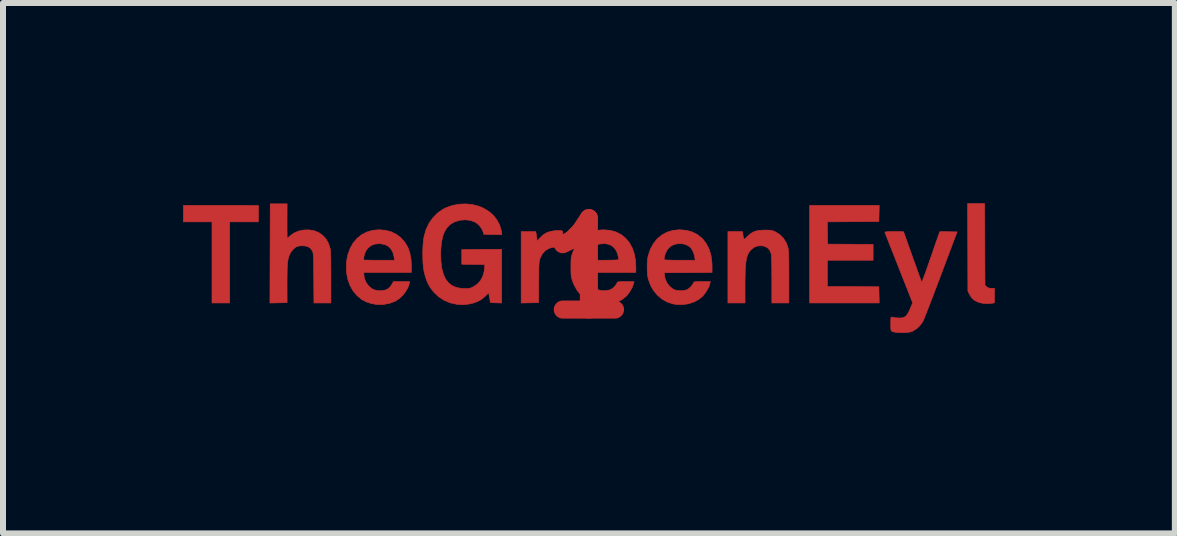
<source format=kicad_pcb>
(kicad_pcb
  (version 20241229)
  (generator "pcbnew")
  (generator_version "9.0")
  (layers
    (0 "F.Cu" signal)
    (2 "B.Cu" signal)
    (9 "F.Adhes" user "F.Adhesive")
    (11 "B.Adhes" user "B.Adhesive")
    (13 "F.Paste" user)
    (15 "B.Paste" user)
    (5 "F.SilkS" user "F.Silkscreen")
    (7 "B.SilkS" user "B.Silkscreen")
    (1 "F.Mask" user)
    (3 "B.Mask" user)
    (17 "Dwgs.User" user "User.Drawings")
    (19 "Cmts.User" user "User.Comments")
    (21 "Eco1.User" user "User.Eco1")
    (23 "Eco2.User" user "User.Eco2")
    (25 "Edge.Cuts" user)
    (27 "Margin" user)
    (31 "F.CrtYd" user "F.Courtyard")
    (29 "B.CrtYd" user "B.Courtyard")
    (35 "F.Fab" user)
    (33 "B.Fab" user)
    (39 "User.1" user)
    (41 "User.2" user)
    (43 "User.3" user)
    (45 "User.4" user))
  (footprint "1"
    (layer "F.Cu")
    (at 6.761 1.418)
    (property "Reference" "1" (at 0 0 0) (layer "F.Cu") (effects (font (size 1.524 1.524) (thickness 0.3))))
    (attr through_hole)
    (fp_poly (pts (xy 4.834 -0.912) (xy 4.831 -0.777) (xy 3.972 -0.772) (xy 3.978 -0.401) (xy 4.356 -0.399) (xy 4.735 -0.396) (xy 4.735 -0.132) (xy 3.973 -0.132) (xy 3.973 0.305) (xy 4.402 0.307) (xy 4.831 0.31) (xy 4.834 0.445) (xy 4.837 0.579) (xy 3.678 0.579) (xy 3.678 -1.046) (xy 4.837 -1.046) (xy 4.834 -0.912)) (stroke (width 0.01) (type solid)) (fill yes) (layer "F.Cu"))
    (fp_poly (pts (xy 6.596 -0.395) (xy 6.599 0.286) (xy 6.627 0.311) (xy 6.654 0.328) (xy 6.686 0.335) (xy 6.706 0.335) (xy 6.756 0.335) (xy 6.756 0.577) (xy 6.725 0.583) (xy 6.675 0.588) (xy 6.617 0.589) (xy 6.559 0.584) (xy 6.509 0.574) (xy 6.496 0.57) (xy 6.432 0.541) (xy 6.384 0.502) (xy 6.348 0.448) (xy 6.343 0.44) (xy 6.314 0.381) (xy 6.312 -0.348) (xy 6.309 -1.077) (xy 6.593 -1.077) (xy 6.596 -0.395)) (stroke (width 0.01) (type solid)) (fill yes) (layer "F.Cu"))
    (fp_poly (pts (xy -6.023 -1.046) (xy -5.918 -1.046) (xy -5.822 -1.046) (xy -5.735 -1.046) (xy -5.659 -1.045) (xy -5.597 -1.044) (xy -5.549 -1.044) (xy -5.518 -1.043) (xy -5.506 -1.042) (xy -5.506 -1.042) (xy -5.505 -1.031) (xy -5.504 -1.004) (xy -5.504 -0.964) (xy -5.505 -0.915) (xy -5.505 -0.905) (xy -5.508 -0.772) (xy -5.984 -0.772) (xy -5.984 0.579) (xy -6.279 0.579) (xy -6.279 -0.772) (xy -6.756 -0.772) (xy -6.756 -1.046) (xy -6.133 -1.046) (xy -6.023 -1.046)) (stroke (width 0.01) (type solid)) (fill yes) (layer "F.Cu"))
    (fp_poly (pts (xy -0.469 -0.625) (xy -0.437 -0.618) (xy -0.437 -0.35) (xy -0.516 -0.354) (xy -0.598 -0.349) (xy -0.67 -0.328) (xy -0.73 -0.29) (xy -0.777 -0.237) (xy -0.812 -0.168) (xy -0.818 -0.151) (xy -0.823 -0.134) (xy -0.826 -0.114) (xy -0.829 -0.09) (xy -0.831 -0.058) (xy -0.833 -0.016) (xy -0.834 0.038) (xy -0.835 0.106) (xy -0.836 0.192) (xy -0.836 0.232) (xy -0.838 0.574) (xy -0.983 0.577) (xy -1.128 0.58) (xy -1.128 -0.61) (xy -1.007 -0.61) (xy -0.886 -0.61) (xy -0.88 -0.582) (xy -0.876 -0.555) (xy -0.871 -0.519) (xy -0.868 -0.498) (xy -0.864 -0.466) (xy -0.86 -0.452) (xy -0.855 -0.453) (xy -0.846 -0.466) (xy -0.845 -0.467) (xy -0.809 -0.512) (xy -0.763 -0.554) (xy -0.713 -0.586) (xy -0.689 -0.597) (xy -0.642 -0.611) (xy -0.588 -0.622) (xy -0.534 -0.627) (xy -0.488 -0.628) (xy -0.469 -0.625)) (stroke (width 0.01) (type solid)) (fill yes) (layer "F.Cu"))
    (fp_poly (pts (xy 2.983 -0.634) (xy 3.02 -0.632) (xy 3.048 -0.628) (xy 3.074 -0.62) (xy 3.103 -0.607) (xy 3.104 -0.607) (xy 3.178 -0.561) (xy 3.239 -0.501) (xy 3.285 -0.429) (xy 3.316 -0.346) (xy 3.321 -0.32) (xy 3.324 -0.293) (xy 3.327 -0.248) (xy 3.329 -0.185) (xy 3.331 -0.106) (xy 3.332 -0.013) (xy 3.332 0.093) (xy 3.332 0.159) (xy 3.332 0.579) (xy 3.048 0.579) (xy 3.048 0.191) (xy 3.047 0.102) (xy 3.047 0.018) (xy 3.046 -0.058) (xy 3.044 -0.124) (xy 3.042 -0.177) (xy 3.041 -0.216) (xy 3.038 -0.237) (xy 3.038 -0.238) (xy 3.016 -0.294) (xy 2.98 -0.337) (xy 2.93 -0.364) (xy 2.881 -0.374) (xy 2.814 -0.371) (xy 2.756 -0.35) (xy 2.704 -0.31) (xy 2.693 -0.298) (xy 2.671 -0.27) (xy 2.653 -0.24) (xy 2.638 -0.204) (xy 2.626 -0.162) (xy 2.617 -0.111) (xy 2.61 -0.049) (xy 2.605 0.025) (xy 2.603 0.115) (xy 2.601 0.222) (xy 2.601 0.297) (xy 2.601 0.579) (xy 2.316 0.579) (xy 2.316 -0.61) (xy 2.559 -0.61) (xy 2.565 -0.566) (xy 2.572 -0.521) (xy 2.577 -0.494) (xy 2.585 -0.484) (xy 2.598 -0.489) (xy 2.619 -0.508) (xy 2.64 -0.529) (xy 2.689 -0.572) (xy 2.738 -0.602) (xy 2.791 -0.621) (xy 2.853 -0.631) (xy 2.93 -0.635) (xy 2.931 -0.635) (xy 2.983 -0.634)) (stroke (width 0.01) (type solid)) (fill yes) (layer "F.Cu"))
    (fp_poly (pts (xy -5.029 -0.785) (xy -5.029 -0.711) (xy -5.029 -0.644) (xy -5.028 -0.587) (xy -5.028 -0.542) (xy -5.027 -0.511) (xy -5.026 -0.498) (xy -5.026 -0.498) (xy -5.017 -0.504) (xy -4.998 -0.52) (xy -4.984 -0.534) (xy -4.916 -0.584) (xy -4.837 -0.618) (xy -4.748 -0.636) (xy -4.665 -0.638) (xy -4.577 -0.624) (xy -4.499 -0.592) (xy -4.431 -0.544) (xy -4.376 -0.481) (xy -4.335 -0.405) (xy -4.308 -0.317) (xy -4.308 -0.315) (xy -4.306 -0.293) (xy -4.303 -0.252) (xy -4.302 -0.196) (xy -4.3 -0.127) (xy -4.299 -0.047) (xy -4.298 0.042) (xy -4.298 0.137) (xy -4.298 0.159) (xy -4.298 0.579) (xy -4.581 0.579) (xy -4.584 0.165) (xy -4.585 0.062) (xy -4.586 -0.022) (xy -4.587 -0.091) (xy -4.588 -0.145) (xy -4.589 -0.187) (xy -4.591 -0.218) (xy -4.594 -0.242) (xy -4.597 -0.259) (xy -4.601 -0.272) (xy -4.605 -0.283) (xy -4.608 -0.29) (xy -4.639 -0.332) (xy -4.68 -0.359) (xy -4.733 -0.372) (xy -4.782 -0.374) (xy -4.825 -0.37) (xy -4.855 -0.364) (xy -4.881 -0.352) (xy -4.898 -0.34) (xy -4.928 -0.313) (xy -4.958 -0.277) (xy -4.97 -0.258) (xy -4.985 -0.228) (xy -4.998 -0.199) (xy -5.008 -0.166) (xy -5.015 -0.128) (xy -5.021 -0.082) (xy -5.025 -0.026) (xy -5.027 0.043) (xy -5.028 0.126) (xy -5.029 0.227) (xy -5.029 0.254) (xy -5.028 0.574) (xy -5.314 0.58) (xy -5.309 -1.072) (xy -5.028 -1.072) (xy -5.029 -0.785)) (stroke (width 0.01) (type solid)) (fill yes) (layer "F.Cu"))
    (fp_poly (pts (xy -3.388 -0.631) (xy -3.29 -0.605) (xy -3.203 -0.561) (xy -3.137 -0.51) (xy -3.07 -0.437) (xy -3.02 -0.355) (xy -2.985 -0.262) (xy -2.964 -0.157) (xy -2.957 -0.038) (xy -2.957 -0.035) (xy -2.957 0.071) (xy -3.749 0.071) (xy -3.749 0.11) (xy -3.74 0.173) (xy -3.713 0.235) (xy -3.674 0.291) (xy -3.624 0.336) (xy -3.592 0.354) (xy -3.548 0.369) (xy -3.495 0.376) (xy -3.476 0.376) (xy -3.41 0.37) (xy -3.358 0.351) (xy -3.316 0.317) (xy -3.287 0.277) (xy -3.256 0.224) (xy -3.121 0.224) (xy -2.985 0.224) (xy -2.992 0.257) (xy -3.015 0.324) (xy -3.054 0.391) (xy -3.104 0.455) (xy -3.162 0.508) (xy -3.223 0.548) (xy -3.224 0.549) (xy -3.323 0.586) (xy -3.427 0.605) (xy -3.533 0.605) (xy -3.625 0.589) (xy -3.709 0.561) (xy -3.781 0.523) (xy -3.847 0.47) (xy -3.868 0.451) (xy -3.931 0.374) (xy -3.98 0.286) (xy -4.015 0.189) (xy -4.036 0.086) (xy -4.042 -0.02) (xy -4.035 -0.126) (xy -4.029 -0.159) (xy -3.753 -0.159) (xy -3.752 -0.14) (xy -3.751 -0.137) (xy -3.74 -0.136) (xy -3.711 -0.135) (xy -3.668 -0.134) (xy -3.612 -0.133) (xy -3.548 -0.132) (xy -3.492 -0.132) (xy -3.238 -0.132) (xy -3.245 -0.184) (xy -3.264 -0.259) (xy -3.296 -0.319) (xy -3.342 -0.365) (xy -3.4 -0.394) (xy -3.47 -0.408) (xy -3.495 -0.409) (xy -3.568 -0.401) (xy -3.628 -0.378) (xy -3.677 -0.339) (xy -3.714 -0.29) (xy -3.727 -0.261) (xy -3.739 -0.226) (xy -3.749 -0.19) (xy -3.753 -0.159) (xy -4.029 -0.159) (xy -4.014 -0.229) (xy -3.979 -0.327) (xy -3.93 -0.415) (xy -3.867 -0.492) (xy -3.867 -0.492) (xy -3.789 -0.556) (xy -3.701 -0.602) (xy -3.605 -0.63) (xy -3.5 -0.64) (xy -3.495 -0.64) (xy -3.388 -0.631)) (stroke (width 0.01) (type solid)) (fill yes) (layer "F.Cu"))
    (fp_poly (pts (xy -1.932 -1.058) (xy -1.823 -1.029) (xy -1.755 -0.999) (xy -1.669 -0.947) (xy -1.594 -0.882) (xy -1.534 -0.806) (xy -1.489 -0.724) (xy -1.462 -0.637) (xy -1.457 -0.61) (xy -1.45 -0.558) (xy -1.6 -0.561) (xy -1.75 -0.564) (xy -1.764 -0.611) (xy -1.786 -0.659) (xy -1.822 -0.707) (xy -1.866 -0.748) (xy -1.905 -0.772) (xy -1.978 -0.797) (xy -2.058 -0.806) (xy -2.141 -0.8) (xy -2.221 -0.778) (xy -2.254 -0.764) (xy -2.316 -0.725) (xy -2.367 -0.672) (xy -2.407 -0.605) (xy -2.437 -0.524) (xy -2.457 -0.426) (xy -2.467 -0.312) (xy -2.469 -0.23) (xy -2.464 -0.102) (xy -2.449 0.01) (xy -2.423 0.104) (xy -2.387 0.182) (xy -2.34 0.243) (xy -2.282 0.289) (xy -2.212 0.32) (xy -2.13 0.336) (xy -2.077 0.339) (xy -2.03 0.339) (xy -1.996 0.336) (xy -1.967 0.329) (xy -1.938 0.316) (xy -1.929 0.312) (xy -1.862 0.268) (xy -1.808 0.21) (xy -1.769 0.139) (xy -1.746 0.058) (xy -1.74 0.015) (xy -1.734 -0.061) (xy -1.926 -0.063) (xy -2.118 -0.066) (xy -2.118 -0.31) (xy -1.453 -0.315) (xy -1.453 0.58) (xy -1.64 0.574) (xy -1.655 0.491) (xy -1.669 0.408) (xy -1.721 0.461) (xy -1.756 0.493) (xy -1.796 0.523) (xy -1.826 0.541) (xy -1.908 0.576) (xy -2.001 0.598) (xy -2.099 0.608) (xy -2.194 0.603) (xy -2.2 0.602) (xy -2.311 0.577) (xy -2.413 0.534) (xy -2.505 0.474) (xy -2.586 0.397) (xy -2.643 0.322) (xy -2.677 0.263) (xy -2.705 0.198) (xy -2.729 0.123) (xy -2.746 0.056) (xy -2.756 -0.007) (xy -2.764 -0.085) (xy -2.767 -0.173) (xy -2.768 -0.265) (xy -2.765 -0.355) (xy -2.759 -0.439) (xy -2.749 -0.511) (xy -2.745 -0.531) (xy -2.712 -0.646) (xy -2.662 -0.75) (xy -2.598 -0.841) (xy -2.521 -0.919) (xy -2.43 -0.982) (xy -2.382 -1.007) (xy -2.275 -1.045) (xy -2.162 -1.066) (xy -2.047 -1.071) (xy -1.932 -1.058)) (stroke (width 0.01) (type solid)) (fill yes) (layer "F.Cu"))
    (fp_poly (pts (xy 1.621 -0.631) (xy 1.719 -0.605) (xy 1.806 -0.561) (xy 1.883 -0.499) (xy 1.895 -0.487) (xy 1.957 -0.407) (xy 2.004 -0.314) (xy 2.035 -0.208) (xy 2.05 -0.09) (xy 2.052 -0.033) (xy 2.052 0.071) (xy 1.654 0.074) (xy 1.255 0.076) (xy 1.258 0.117) (xy 1.273 0.185) (xy 1.303 0.249) (xy 1.346 0.304) (xy 1.398 0.346) (xy 1.428 0.361) (xy 1.472 0.373) (xy 1.527 0.376) (xy 1.583 0.372) (xy 1.631 0.36) (xy 1.642 0.355) (xy 1.668 0.337) (xy 1.696 0.311) (xy 1.722 0.281) (xy 1.74 0.253) (xy 1.748 0.232) (xy 1.757 0.229) (xy 1.783 0.226) (xy 1.822 0.224) (xy 1.871 0.224) (xy 1.885 0.224) (xy 2.023 0.224) (xy 2.016 0.257) (xy 2 0.305) (xy 1.972 0.361) (xy 1.937 0.415) (xy 1.899 0.463) (xy 1.899 0.463) (xy 1.833 0.518) (xy 1.754 0.561) (xy 1.666 0.591) (xy 1.571 0.606) (xy 1.474 0.606) (xy 1.4 0.595) (xy 1.306 0.564) (xy 1.22 0.516) (xy 1.144 0.452) (xy 1.078 0.374) (xy 1.027 0.284) (xy 0.99 0.183) (xy 0.989 0.183) (xy 0.979 0.129) (xy 0.973 0.062) (xy 0.971 -0.011) (xy 0.972 -0.086) (xy 0.978 -0.154) (xy 0.979 -0.16) (xy 1.253 -0.16) (xy 1.255 -0.141) (xy 1.267 -0.139) (xy 1.296 -0.136) (xy 1.34 -0.135) (xy 1.397 -0.133) (xy 1.463 -0.132) (xy 1.516 -0.132) (xy 1.771 -0.132) (xy 1.764 -0.179) (xy 1.753 -0.229) (xy 1.733 -0.281) (xy 1.709 -0.325) (xy 1.694 -0.344) (xy 1.648 -0.379) (xy 1.591 -0.401) (xy 1.528 -0.41) (xy 1.463 -0.406) (xy 1.403 -0.388) (xy 1.369 -0.37) (xy 1.34 -0.346) (xy 1.311 -0.313) (xy 1.301 -0.298) (xy 1.284 -0.266) (xy 1.269 -0.228) (xy 1.258 -0.191) (xy 1.253 -0.16) (xy 0.979 -0.16) (xy 0.988 -0.209) (xy 0.989 -0.213) (xy 1.026 -0.32) (xy 1.077 -0.413) (xy 1.14 -0.491) (xy 1.216 -0.553) (xy 1.302 -0.6) (xy 1.397 -0.629) (xy 1.501 -0.64) (xy 1.513 -0.64) (xy 1.621 -0.631)) (stroke (width 0.01) (type solid)) (fill yes) (layer "F.Cu"))
    (fp_poly (pts (xy 0.357 -0.63) (xy 0.452 -0.603) (xy 0.538 -0.559) (xy 0.611 -0.5) (xy 0.673 -0.427) (xy 0.721 -0.34) (xy 0.756 -0.239) (xy 0.777 -0.127) (xy 0.782 -0.025) (xy 0.782 0.071) (xy -0.02 0.071) (xy -0.014 0.119) (xy 0.004 0.192) (xy 0.036 0.257) (xy 0.08 0.311) (xy 0.134 0.351) (xy 0.147 0.357) (xy 0.195 0.371) (xy 0.252 0.376) (xy 0.31 0.371) (xy 0.359 0.358) (xy 0.361 0.357) (xy 0.402 0.331) (xy 0.438 0.295) (xy 0.465 0.255) (xy 0.468 0.247) (xy 0.472 0.238) (xy 0.479 0.231) (xy 0.492 0.227) (xy 0.515 0.225) (xy 0.55 0.224) (xy 0.601 0.224) (xy 0.615 0.224) (xy 0.752 0.224) (xy 0.746 0.251) (xy 0.724 0.315) (xy 0.689 0.38) (xy 0.645 0.441) (xy 0.623 0.466) (xy 0.55 0.524) (xy 0.465 0.568) (xy 0.372 0.596) (xy 0.273 0.608) (xy 0.171 0.602) (xy 0.125 0.594) (xy 0.03 0.564) (xy -0.055 0.515) (xy -0.131 0.45) (xy -0.196 0.37) (xy -0.248 0.276) (xy -0.269 0.224) (xy -0.28 0.19) (xy -0.289 0.161) (xy -0.294 0.133) (xy -0.297 0.101) (xy -0.299 0.061) (xy -0.299 0.007) (xy -0.299 -0.02) (xy -0.299 -0.082) (xy -0.298 -0.127) (xy -0.296 -0.146) (xy -0.016 -0.146) (xy -0.013 -0.139) (xy -0.001 -0.136) (xy 0.027 -0.135) (xy 0.07 -0.133) (xy 0.122 -0.133) (xy 0.181 -0.132) (xy 0.243 -0.132) (xy 0.305 -0.133) (xy 0.363 -0.134) (xy 0.414 -0.135) (xy 0.455 -0.137) (xy 0.482 -0.139) (xy 0.492 -0.141) (xy 0.494 -0.16) (xy 0.49 -0.191) (xy 0.48 -0.229) (xy 0.466 -0.268) (xy 0.45 -0.302) (xy 0.443 -0.313) (xy 0.4 -0.361) (xy 0.346 -0.393) (xy 0.28 -0.408) (xy 0.246 -0.409) (xy 0.172 -0.402) (xy 0.11 -0.379) (xy 0.06 -0.339) (xy 0.02 -0.283) (xy 0.016 -0.274) (xy 0.001 -0.24) (xy -0.01 -0.203) (xy -0.016 -0.17) (xy -0.016 -0.146) (xy -0.296 -0.146) (xy -0.295 -0.162) (xy -0.291 -0.192) (xy -0.283 -0.22) (xy -0.273 -0.252) (xy -0.268 -0.265) (xy -0.223 -0.368) (xy -0.165 -0.455) (xy -0.096 -0.526) (xy -0.015 -0.58) (xy 0.077 -0.617) (xy 0.179 -0.636) (xy 0.251 -0.639) (xy 0.357 -0.63)) (stroke (width 0.01) (type solid)) (fill yes) (layer "F.Cu"))
    (fp_poly (pts (xy 5.138 -0.609) (xy 5.184 -0.609) (xy 5.219 -0.608) (xy 5.239 -0.607) (xy 5.243 -0.606) (xy 5.246 -0.597) (xy 5.255 -0.57) (xy 5.27 -0.529) (xy 5.289 -0.476) (xy 5.311 -0.414) (xy 5.336 -0.344) (xy 5.363 -0.269) (xy 5.39 -0.191) (xy 5.418 -0.114) (xy 5.446 -0.038) (xy 5.471 0.033) (xy 5.494 0.098) (xy 5.514 0.153) (xy 5.53 0.197) (xy 5.541 0.227) (xy 5.543 0.234) (xy 5.548 0.228) (xy 5.558 0.204) (xy 5.573 0.165) (xy 5.593 0.112) (xy 5.617 0.048) (xy 5.643 -0.027) (xy 5.672 -0.11) (xy 5.695 -0.177) (xy 5.726 -0.265) (xy 5.754 -0.348) (xy 5.78 -0.422) (xy 5.803 -0.487) (xy 5.821 -0.539) (xy 5.835 -0.578) (xy 5.843 -0.601) (xy 5.846 -0.606) (xy 5.857 -0.608) (xy 5.884 -0.608) (xy 5.924 -0.608) (xy 5.974 -0.608) (xy 5.992 -0.607) (xy 6.134 -0.605) (xy 5.862 0.119) (xy 5.818 0.236) (xy 5.775 0.349) (xy 5.735 0.455) (xy 5.697 0.553) (xy 5.663 0.642) (xy 5.632 0.72) (xy 5.606 0.785) (xy 5.586 0.837) (xy 5.571 0.872) (xy 5.563 0.89) (xy 5.562 0.891) (xy 5.518 0.952) (xy 5.464 1.005) (xy 5.405 1.043) (xy 5.4 1.046) (xy 5.368 1.058) (xy 5.333 1.067) (xy 5.29 1.071) (xy 5.253 1.073) (xy 5.204 1.073) (xy 5.156 1.072) (xy 5.117 1.068) (xy 5.107 1.067) (xy 5.074 1.061) (xy 5.053 1.055) (xy 5.039 1.044) (xy 5.032 1.026) (xy 5.03 0.997) (xy 5.029 0.952) (xy 5.029 0.929) (xy 5.029 0.878) (xy 5.03 0.845) (xy 5.032 0.825) (xy 5.036 0.816) (xy 5.043 0.814) (xy 5.052 0.816) (xy 5.1 0.825) (xy 5.15 0.829) (xy 5.196 0.83) (xy 5.231 0.825) (xy 5.235 0.824) (xy 5.263 0.811) (xy 5.287 0.792) (xy 5.309 0.763) (xy 5.332 0.721) (xy 5.354 0.672) (xy 5.394 0.577) (xy 5.165 -0.003) (xy 5.124 -0.107) (xy 5.086 -0.204) (xy 5.05 -0.295) (xy 5.017 -0.377) (xy 4.989 -0.449) (xy 4.966 -0.508) (xy 4.948 -0.553) (xy 4.936 -0.584) (xy 4.931 -0.597) (xy 4.931 -0.597) (xy 4.933 -0.602) (xy 4.947 -0.605) (xy 4.974 -0.608) (xy 5.016 -0.609) (xy 5.076 -0.61) (xy 5.084 -0.61) (xy 5.138 -0.609)) (stroke (width 0.01) (type solid)) (fill yes) (layer "F.Cu")))
  (gr_rect
    (start -3 -3)
    (end 16.523 5.836)
    (stroke (width 0.1) (type default))
    (fill no)
    (layer "Edge.Cuts")))
</source>
